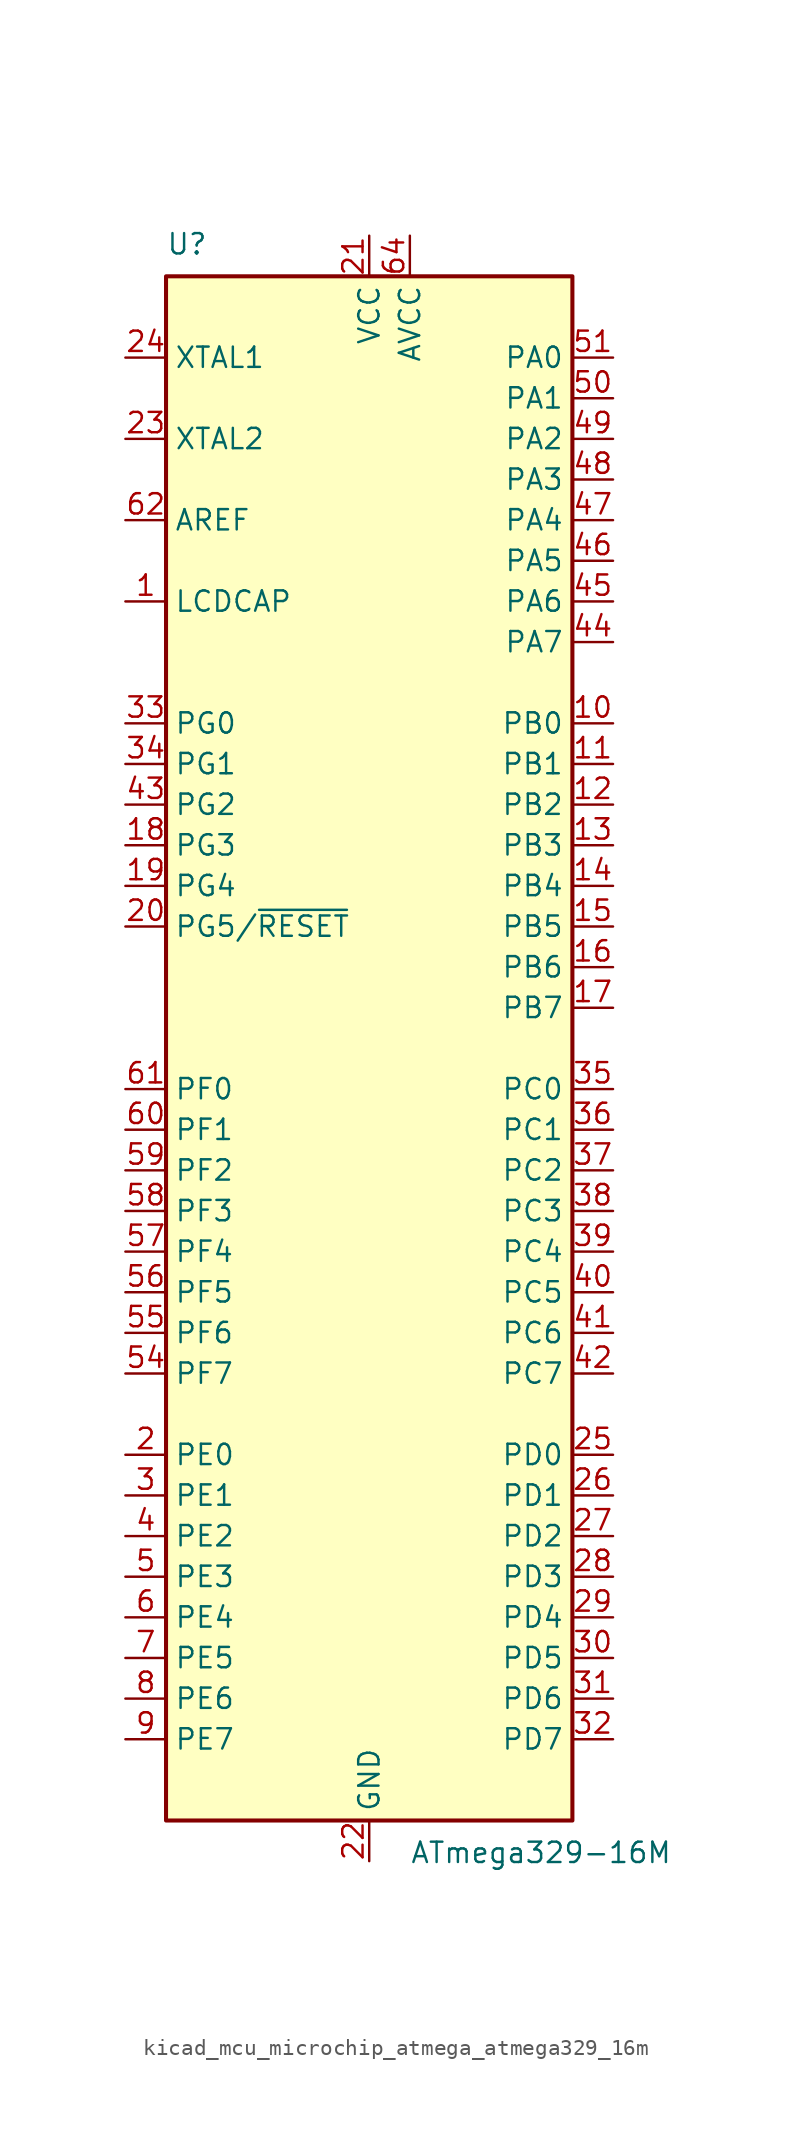
<source format=kicad_sym>
(kicad_symbol_lib
  (version 20220914)
  (generator kicad_symbol_editor)
  (symbol "kicad_mcu_microchip_atmega_atmega329_16m"
    (property "Reference" "U"
      (at -12.7 49.53 0)
      (effects (font (size 1.27 1.27)) (justify left bottom)))
    (property "Value" "ATmega329-16M"
      (at 2.54 -49.53 0)
      (effects (font (size 1.27 1.27)) (justify left top)))
    (symbol "kicad_mcu_microchip_atmega_atmega329_16m_0_1"
      (rectangle (start -12.7 -48.26) (end 12.7 48.26) (stroke (width 0.254) (type default)) (fill (type background))))
    (symbol "kicad_mcu_microchip_atmega_atmega329_16m_1_1"
      (pin passive line (at -15.24 27.94 0) (length 2.54) (name "LCDCAP" (effects (font (size 1.27 1.27)))) (number "1" (effects (font (size 1.27 1.27)))))
      (pin bidirectional line (at 15.24 20.32 180) (length 2.54) (name "PB0" (effects (font (size 1.27 1.27)))) (number "10" (effects (font (size 1.27 1.27)))))
      (pin bidirectional line (at 15.24 17.78 180) (length 2.54) (name "PB1" (effects (font (size 1.27 1.27)))) (number "11" (effects (font (size 1.27 1.27)))))
      (pin bidirectional line (at 15.24 15.24 180) (length 2.54) (name "PB2" (effects (font (size 1.27 1.27)))) (number "12" (effects (font (size 1.27 1.27)))))
      (pin bidirectional line (at 15.24 12.7 180) (length 2.54) (name "PB3" (effects (font (size 1.27 1.27)))) (number "13" (effects (font (size 1.27 1.27)))))
      (pin bidirectional line (at 15.24 10.16 180) (length 2.54) (name "PB4" (effects (font (size 1.27 1.27)))) (number "14" (effects (font (size 1.27 1.27)))))
      (pin bidirectional line (at 15.24 7.62 180) (length 2.54) (name "PB5" (effects (font (size 1.27 1.27)))) (number "15" (effects (font (size 1.27 1.27)))))
      (pin bidirectional line (at 15.24 5.08 180) (length 2.54) (name "PB6" (effects (font (size 1.27 1.27)))) (number "16" (effects (font (size 1.27 1.27)))))
      (pin bidirectional line (at 15.24 2.54 180) (length 2.54) (name "PB7" (effects (font (size 1.27 1.27)))) (number "17" (effects (font (size 1.27 1.27)))))
      (pin bidirectional line (at -15.24 12.7 0) (length 2.54) (name "PG3" (effects (font (size 1.27 1.27)))) (number "18" (effects (font (size 1.27 1.27)))))
      (pin bidirectional line (at -15.24 10.16 0) (length 2.54) (name "PG4" (effects (font (size 1.27 1.27)))) (number "19" (effects (font (size 1.27 1.27)))))
      (pin bidirectional line (at -15.24 -25.4 0) (length 2.54) (name "PE0" (effects (font (size 1.27 1.27)))) (number "2" (effects (font (size 1.27 1.27)))))
      (pin bidirectional line (at -15.24 7.62 0) (length 2.54) (name "PG5/~{RESET}" (effects (font (size 1.27 1.27)))) (number "20" (effects (font (size 1.27 1.27)))))
      (pin power_in line (at 0 50.8 270) (length 2.54) (name "VCC" (effects (font (size 1.27 1.27)))) (number "21" (effects (font (size 1.27 1.27)))))
      (pin power_in line (at 0 -50.8 90) (length 2.54) (name "GND" (effects (font (size 1.27 1.27)))) (number "22" (effects (font (size 1.27 1.27)))))
      (pin output line (at -15.24 38.1 0) (length 2.54) (name "XTAL2" (effects (font (size 1.27 1.27)))) (number "23" (effects (font (size 1.27 1.27)))))
      (pin input line (at -15.24 43.18 0) (length 2.54) (name "XTAL1" (effects (font (size 1.27 1.27)))) (number "24" (effects (font (size 1.27 1.27)))))
      (pin bidirectional line (at 15.24 -25.4 180) (length 2.54) (name "PD0" (effects (font (size 1.27 1.27)))) (number "25" (effects (font (size 1.27 1.27)))))
      (pin bidirectional line (at 15.24 -27.94 180) (length 2.54) (name "PD1" (effects (font (size 1.27 1.27)))) (number "26" (effects (font (size 1.27 1.27)))))
      (pin bidirectional line (at 15.24 -30.48 180) (length 2.54) (name "PD2" (effects (font (size 1.27 1.27)))) (number "27" (effects (font (size 1.27 1.27)))))
      (pin bidirectional line (at 15.24 -33.02 180) (length 2.54) (name "PD3" (effects (font (size 1.27 1.27)))) (number "28" (effects (font (size 1.27 1.27)))))
      (pin bidirectional line (at 15.24 -35.56 180) (length 2.54) (name "PD4" (effects (font (size 1.27 1.27)))) (number "29" (effects (font (size 1.27 1.27)))))
      (pin bidirectional line (at -15.24 -27.94 0) (length 2.54) (name "PE1" (effects (font (size 1.27 1.27)))) (number "3" (effects (font (size 1.27 1.27)))))
      (pin bidirectional line (at 15.24 -38.1 180) (length 2.54) (name "PD5" (effects (font (size 1.27 1.27)))) (number "30" (effects (font (size 1.27 1.27)))))
      (pin bidirectional line (at 15.24 -40.64 180) (length 2.54) (name "PD6" (effects (font (size 1.27 1.27)))) (number "31" (effects (font (size 1.27 1.27)))))
      (pin bidirectional line (at 15.24 -43.18 180) (length 2.54) (name "PD7" (effects (font (size 1.27 1.27)))) (number "32" (effects (font (size 1.27 1.27)))))
      (pin bidirectional line (at -15.24 20.32 0) (length 2.54) (name "PG0" (effects (font (size 1.27 1.27)))) (number "33" (effects (font (size 1.27 1.27)))))
      (pin bidirectional line (at -15.24 17.78 0) (length 2.54) (name "PG1" (effects (font (size 1.27 1.27)))) (number "34" (effects (font (size 1.27 1.27)))))
      (pin bidirectional line (at 15.24 -2.54 180) (length 2.54) (name "PC0" (effects (font (size 1.27 1.27)))) (number "35" (effects (font (size 1.27 1.27)))))
      (pin bidirectional line (at 15.24 -5.08 180) (length 2.54) (name "PC1" (effects (font (size 1.27 1.27)))) (number "36" (effects (font (size 1.27 1.27)))))
      (pin bidirectional line (at 15.24 -7.62 180) (length 2.54) (name "PC2" (effects (font (size 1.27 1.27)))) (number "37" (effects (font (size 1.27 1.27)))))
      (pin bidirectional line (at 15.24 -10.16 180) (length 2.54) (name "PC3" (effects (font (size 1.27 1.27)))) (number "38" (effects (font (size 1.27 1.27)))))
      (pin bidirectional line (at 15.24 -12.7 180) (length 2.54) (name "PC4" (effects (font (size 1.27 1.27)))) (number "39" (effects (font (size 1.27 1.27)))))
      (pin bidirectional line (at -15.24 -30.48 0) (length 2.54) (name "PE2" (effects (font (size 1.27 1.27)))) (number "4" (effects (font (size 1.27 1.27)))))
      (pin bidirectional line (at 15.24 -15.24 180) (length 2.54) (name "PC5" (effects (font (size 1.27 1.27)))) (number "40" (effects (font (size 1.27 1.27)))))
      (pin bidirectional line (at 15.24 -17.78 180) (length 2.54) (name "PC6" (effects (font (size 1.27 1.27)))) (number "41" (effects (font (size 1.27 1.27)))))
      (pin bidirectional line (at 15.24 -20.32 180) (length 2.54) (name "PC7" (effects (font (size 1.27 1.27)))) (number "42" (effects (font (size 1.27 1.27)))))
      (pin bidirectional line (at -15.24 15.24 0) (length 2.54) (name "PG2" (effects (font (size 1.27 1.27)))) (number "43" (effects (font (size 1.27 1.27)))))
      (pin bidirectional line (at 15.24 25.4 180) (length 2.54) (name "PA7" (effects (font (size 1.27 1.27)))) (number "44" (effects (font (size 1.27 1.27)))))
      (pin bidirectional line (at 15.24 27.94 180) (length 2.54) (name "PA6" (effects (font (size 1.27 1.27)))) (number "45" (effects (font (size 1.27 1.27)))))
      (pin bidirectional line (at 15.24 30.48 180) (length 2.54) (name "PA5" (effects (font (size 1.27 1.27)))) (number "46" (effects (font (size 1.27 1.27)))))
      (pin bidirectional line (at 15.24 33.02 180) (length 2.54) (name "PA4" (effects (font (size 1.27 1.27)))) (number "47" (effects (font (size 1.27 1.27)))))
      (pin bidirectional line (at 15.24 35.56 180) (length 2.54) (name "PA3" (effects (font (size 1.27 1.27)))) (number "48" (effects (font (size 1.27 1.27)))))
      (pin bidirectional line (at 15.24 38.1 180) (length 2.54) (name "PA2" (effects (font (size 1.27 1.27)))) (number "49" (effects (font (size 1.27 1.27)))))
      (pin bidirectional line (at -15.24 -33.02 0) (length 2.54) (name "PE3" (effects (font (size 1.27 1.27)))) (number "5" (effects (font (size 1.27 1.27)))))
      (pin bidirectional line (at 15.24 40.64 180) (length 2.54) (name "PA1" (effects (font (size 1.27 1.27)))) (number "50" (effects (font (size 1.27 1.27)))))
      (pin bidirectional line (at 15.24 43.18 180) (length 2.54) (name "PA0" (effects (font (size 1.27 1.27)))) (number "51" (effects (font (size 1.27 1.27)))))
      (pin passive line (at 0 50.8 270) (length 2.54) hide (name "VCC" (effects (font (size 1.27 1.27)))) (number "52" (effects (font (size 1.27 1.27)))))
      (pin passive line (at 0 -50.8 90) (length 2.54) hide (name "GND" (effects (font (size 1.27 1.27)))) (number "53" (effects (font (size 1.27 1.27)))))
      (pin bidirectional line (at -15.24 -20.32 0) (length 2.54) (name "PF7" (effects (font (size 1.27 1.27)))) (number "54" (effects (font (size 1.27 1.27)))))
      (pin bidirectional line (at -15.24 -17.78 0) (length 2.54) (name "PF6" (effects (font (size 1.27 1.27)))) (number "55" (effects (font (size 1.27 1.27)))))
      (pin bidirectional line (at -15.24 -15.24 0) (length 2.54) (name "PF5" (effects (font (size 1.27 1.27)))) (number "56" (effects (font (size 1.27 1.27)))))
      (pin bidirectional line (at -15.24 -12.7 0) (length 2.54) (name "PF4" (effects (font (size 1.27 1.27)))) (number "57" (effects (font (size 1.27 1.27)))))
      (pin bidirectional line (at -15.24 -10.16 0) (length 2.54) (name "PF3" (effects (font (size 1.27 1.27)))) (number "58" (effects (font (size 1.27 1.27)))))
      (pin bidirectional line (at -15.24 -7.62 0) (length 2.54) (name "PF2" (effects (font (size 1.27 1.27)))) (number "59" (effects (font (size 1.27 1.27)))))
      (pin bidirectional line (at -15.24 -35.56 0) (length 2.54) (name "PE4" (effects (font (size 1.27 1.27)))) (number "6" (effects (font (size 1.27 1.27)))))
      (pin bidirectional line (at -15.24 -5.08 0) (length 2.54) (name "PF1" (effects (font (size 1.27 1.27)))) (number "60" (effects (font (size 1.27 1.27)))))
      (pin bidirectional line (at -15.24 -2.54 0) (length 2.54) (name "PF0" (effects (font (size 1.27 1.27)))) (number "61" (effects (font (size 1.27 1.27)))))
      (pin passive line (at -15.24 33.02 0) (length 2.54) (name "AREF" (effects (font (size 1.27 1.27)))) (number "62" (effects (font (size 1.27 1.27)))))
      (pin passive line (at 0 -50.8 90) (length 2.54) hide (name "GND" (effects (font (size 1.27 1.27)))) (number "63" (effects (font (size 1.27 1.27)))))
      (pin power_in line (at 2.54 50.8 270) (length 2.54) (name "AVCC" (effects (font (size 1.27 1.27)))) (number "64" (effects (font (size 1.27 1.27)))))
      (pin passive line (at 0 -50.8 90) (length 2.54) hide (name "GND" (effects (font (size 1.27 1.27)))) (number "65" (effects (font (size 1.27 1.27)))))
      (pin bidirectional line (at -15.24 -38.1 0) (length 2.54) (name "PE5" (effects (font (size 1.27 1.27)))) (number "7" (effects (font (size 1.27 1.27)))))
      (pin bidirectional line (at -15.24 -40.64 0) (length 2.54) (name "PE6" (effects (font (size 1.27 1.27)))) (number "8" (effects (font (size 1.27 1.27)))))
      (pin bidirectional line (at -15.24 -43.18 0) (length 2.54) (name "PE7" (effects (font (size 1.27 1.27)))) (number "9" (effects (font (size 1.27 1.27))))))))
</source>
